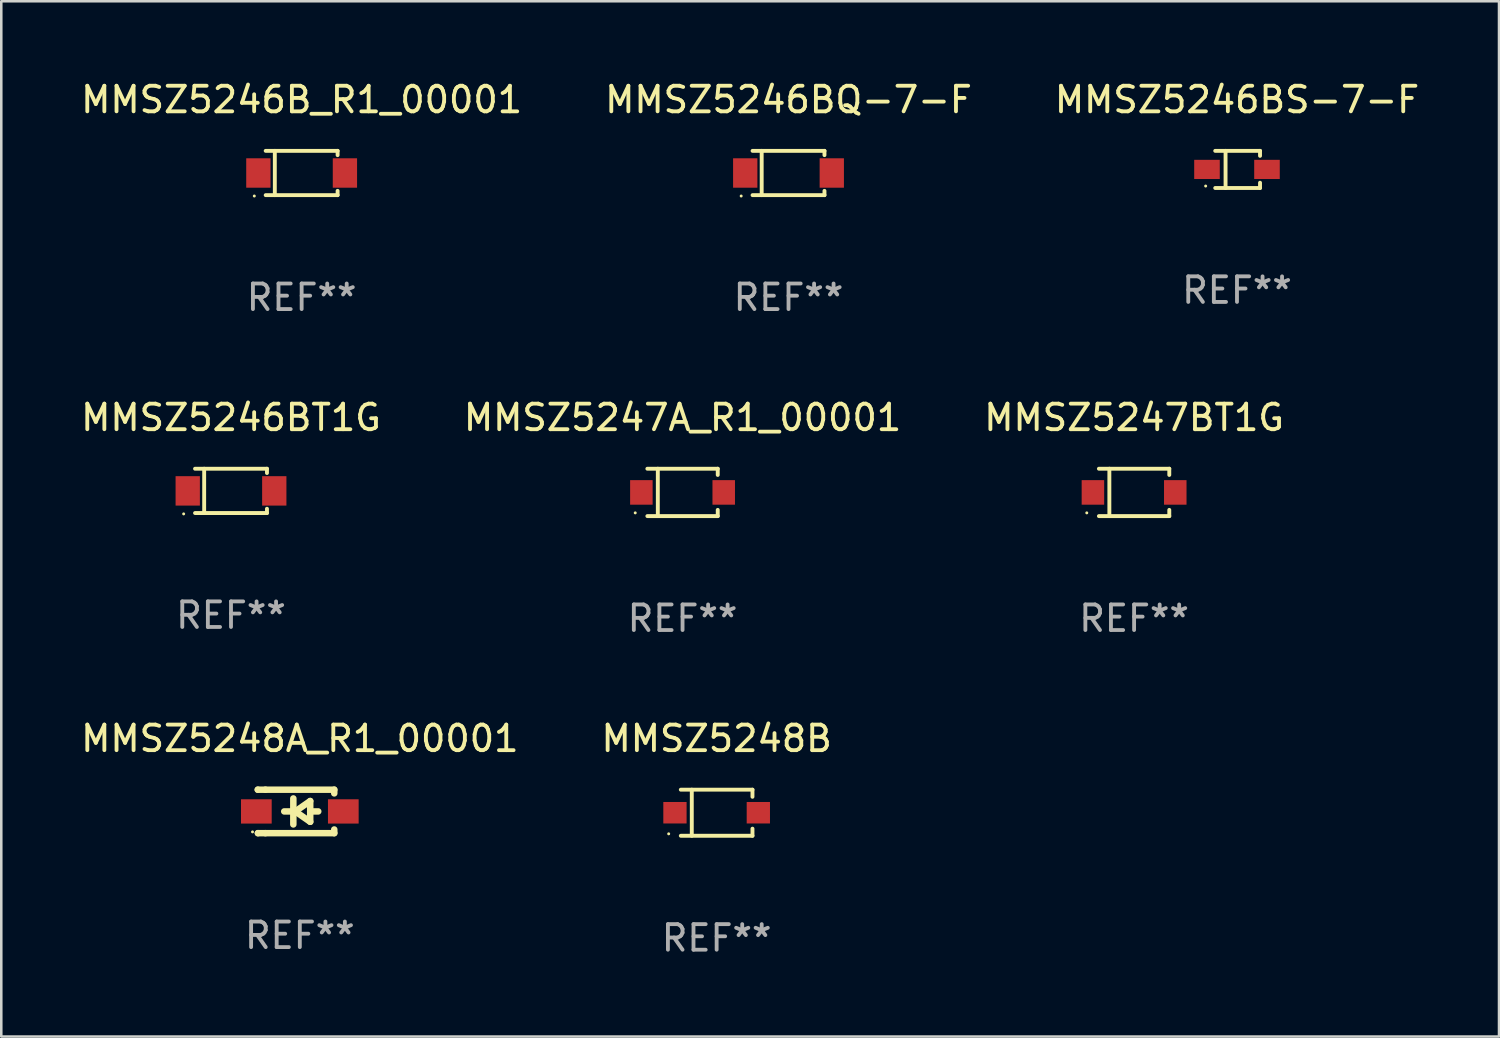
<source format=kicad_pcb>
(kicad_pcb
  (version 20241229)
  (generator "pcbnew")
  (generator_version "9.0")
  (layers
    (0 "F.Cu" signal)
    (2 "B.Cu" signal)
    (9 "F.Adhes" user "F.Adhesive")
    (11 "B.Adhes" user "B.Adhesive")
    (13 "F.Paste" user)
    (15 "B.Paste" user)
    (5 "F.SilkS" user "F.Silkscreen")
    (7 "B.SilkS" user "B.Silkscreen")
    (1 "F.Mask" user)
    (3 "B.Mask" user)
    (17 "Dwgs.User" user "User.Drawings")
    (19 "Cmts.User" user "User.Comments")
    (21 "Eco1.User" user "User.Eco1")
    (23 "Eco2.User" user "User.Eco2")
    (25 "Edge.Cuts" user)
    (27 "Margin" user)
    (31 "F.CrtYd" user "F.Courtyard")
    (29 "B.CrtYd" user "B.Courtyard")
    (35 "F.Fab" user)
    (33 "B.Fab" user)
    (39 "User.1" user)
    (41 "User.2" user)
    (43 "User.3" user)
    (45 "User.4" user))
  (footprint "MMSZ5246BQ-7-F"
    (layer "F.Cu")
    (at 27.78 3.714)
    (property "Reference" "MMSZ5246BQ-7-F" (at 0 -2.866 0) (layer "F.SilkS") (effects (font (size 1 1) (thickness 0.15))))
    (attr through_hole)
    (fp_line (start -1.406 -0.866) (end 1.406 -0.866) (stroke (width 0.152) (type solid)) (layer "F.SilkS"))
    (fp_line (start -1.406 0.866) (end 1.406 0.866) (stroke (width 0.152) (type solid)) (layer "F.SilkS"))
    (fp_line (start -1.049 -0.866) (end -1.049 0.866) (stroke (width 0.152) (type solid)) (layer "F.SilkS"))
    (fp_line (start 1.406 -0.866) (end 1.406 -0.698) (stroke (width 0.152) (type solid)) (layer "F.SilkS"))
    (fp_line (start 1.406 0.866) (end 1.406 0.698) (stroke (width 0.152) (type solid)) (layer "F.SilkS"))
    (fp_circle (center -1.851 0.9) (end -1.821 0.9) (stroke (width 0.06) (type solid)) (fill no) (layer "F.SilkS"))
    (fp_text user "REF**" (at 0 4.866 0) (layer "F.Fab") (effects (font (size 1 1) (thickness 0.15))))
    (pad "1" smd rect (at -1.692 0) (size 0.95 1.15) (layers "F.Cu" "F.Mask" "F.Paste"))
    (pad "2" smd rect (at 1.692 0) (size 0.95 1.15) (layers "F.Cu" "F.Mask" "F.Paste")))
  (footprint "MMSZ5246B_R1_00001"
    (layer "F.Cu")
    (at 8.744 3.714)
    (property "Reference" "MMSZ5246B_R1_00001" (at 0 -2.866 0) (layer "F.SilkS") (effects (font (size 1 1) (thickness 0.15))))
    (attr through_hole)
    (fp_line (start -1.406 -0.866) (end 1.406 -0.866) (stroke (width 0.152) (type solid)) (layer "F.SilkS"))
    (fp_line (start -1.406 0.866) (end 1.406 0.866) (stroke (width 0.152) (type solid)) (layer "F.SilkS"))
    (fp_line (start -1.049 -0.866) (end -1.049 0.866) (stroke (width 0.152) (type solid)) (layer "F.SilkS"))
    (fp_line (start 1.406 -0.866) (end 1.406 -0.698) (stroke (width 0.152) (type solid)) (layer "F.SilkS"))
    (fp_line (start 1.406 0.866) (end 1.406 0.698) (stroke (width 0.152) (type solid)) (layer "F.SilkS"))
    (fp_circle (center -1.851 0.9) (end -1.821 0.9) (stroke (width 0.06) (type solid)) (fill no) (layer "F.SilkS"))
    (fp_text user "REF**" (at 0 4.866 0) (layer "F.Fab") (effects (font (size 1 1) (thickness 0.15))))
    (pad "1" smd rect (at -1.692 0) (size 0.95 1.15) (layers "F.Cu" "F.Mask" "F.Paste"))
    (pad "2" smd rect (at 1.692 0) (size 0.95 1.15) (layers "F.Cu" "F.Mask" "F.Paste")))
  (footprint "MMSZ5247A_R1_00001"
    (layer "F.Cu")
    (at 23.637 16.203)
    (property "Reference" "MMSZ5247A_R1_00001" (at 0 -2.926 0) (layer "F.SilkS") (effects (font (size 1 1) (thickness 0.15))))
    (attr through_hole)
    (fp_line (start -1.376 -0.926) (end 1.376 -0.926) (stroke (width 0.152) (type solid)) (layer "F.SilkS"))
    (fp_line (start -1.376 0.926) (end 1.376 0.926) (stroke (width 0.152) (type solid)) (layer "F.SilkS"))
    (fp_line (start -0.967 -0.926) (end -0.967 0.926) (stroke (width 0.152) (type solid)) (layer "F.SilkS"))
    (fp_line (start 1.376 -0.926) (end 1.376 -0.683) (stroke (width 0.152) (type solid)) (layer "F.SilkS"))
    (fp_line (start 1.376 0.926) (end 1.376 0.683) (stroke (width 0.152) (type solid)) (layer "F.SilkS"))
    (fp_circle (center -1.85 0.8) (end -1.82 0.8) (stroke (width 0.06) (type solid)) (fill no) (layer "F.SilkS"))
    (fp_text user "REF**" (at 0 4.926 0) (layer "F.Fab") (effects (font (size 1 1) (thickness 0.15))))
    (pad "1" smd rect (at -1.61 -0.000076) (size 0.88 0.96) (layers "F.Cu" "F.Mask" "F.Paste"))
    (pad "2" smd rect (at 1.61 -0.000076) (size 0.88 0.96) (layers "F.Cu" "F.Mask" "F.Paste")))
  (footprint "MMSZ5247BT1G"
    (layer "F.Cu")
    (at 41.292 16.203)
    (property "Reference" "MMSZ5247BT1G" (at 0 -2.926 0) (layer "F.SilkS") (effects (font (size 1 1) (thickness 0.15))))
    (attr through_hole)
    (fp_line (start -1.376 -0.926) (end 1.376 -0.926) (stroke (width 0.152) (type solid)) (layer "F.SilkS"))
    (fp_line (start -1.376 0.926) (end 1.376 0.926) (stroke (width 0.152) (type solid)) (layer "F.SilkS"))
    (fp_line (start -0.967 -0.926) (end -0.967 0.926) (stroke (width 0.152) (type solid)) (layer "F.SilkS"))
    (fp_line (start 1.376 -0.926) (end 1.376 -0.683) (stroke (width 0.152) (type solid)) (layer "F.SilkS"))
    (fp_line (start 1.376 0.926) (end 1.376 0.683) (stroke (width 0.152) (type solid)) (layer "F.SilkS"))
    (fp_circle (center -1.85 0.8) (end -1.82 0.8) (stroke (width 0.06) (type solid)) (fill no) (layer "F.SilkS"))
    (fp_text user "REF**" (at 0 4.926 0) (layer "F.Fab") (effects (font (size 1 1) (thickness 0.15))))
    (pad "1" smd rect (at -1.61 0) (size 0.88 0.96) (layers "F.Cu" "F.Mask" "F.Paste"))
    (pad "2" smd rect (at 1.61 0) (size 0.88 0.96) (layers "F.Cu" "F.Mask" "F.Paste")))
  (footprint "MMSZ5248B"
    (layer "F.Cu")
    (at 24.97 28.727)
    (property "Reference" "MMSZ5248B" (at 0 -2.901 0) (layer "F.SilkS") (effects (font (size 1 1) (thickness 0.15))))
    (attr through_hole)
    (fp_line (start -1.401 -0.901) (end 1.401 -0.901) (stroke (width 0.152) (type solid)) (layer "F.SilkS"))
    (fp_line (start -1.401 0.901) (end 1.401 0.901) (stroke (width 0.152) (type solid)) (layer "F.SilkS"))
    (fp_line (start -0.972 -0.901) (end -0.972 0.901) (stroke (width 0.152) (type solid)) (layer "F.SilkS"))
    (fp_line (start 1.401 -0.901) (end 1.401 -0.623) (stroke (width 0.152) (type solid)) (layer "F.SilkS"))
    (fp_line (start 1.401 0.901) (end 1.401 0.623) (stroke (width 0.152) (type solid)) (layer "F.SilkS"))
    (fp_circle (center -1.875 0.825) (end -1.845 0.825) (stroke (width 0.06) (type solid)) (fill no) (layer "F.SilkS"))
    (fp_text user "REF**" (at 0 4.901 0) (layer "F.Fab") (effects (font (size 1 1) (thickness 0.15))))
    (pad "1" smd rect (at -1.63 0 180) (size 0.91 0.84) (layers "F.Cu" "F.Mask" "F.Paste"))
    (pad "2" smd rect (at 1.63 0 180) (size 0.91 0.84) (layers "F.Cu" "F.Mask" "F.Paste")))
  (footprint "MMSZ5246BS-7-F"
    (layer "F.Cu")
    (at 45.315 3.574)
    (property "Reference" "MMSZ5246BS-7-F" (at 0 -2.726 0) (layer "F.SilkS") (effects (font (size 1 1) (thickness 0.15))))
    (attr through_hole)
    (fp_line (start -0.851 -0.726) (end 0.901 -0.726) (stroke (width 0.152) (type solid)) (layer "F.SilkS"))
    (fp_line (start -0.851 0.726) (end 0.901 0.726) (stroke (width 0.152) (type solid)) (layer "F.SilkS"))
    (fp_line (start -0.447 -0.726) (end -0.447 0.726) (stroke (width 0.152) (type solid)) (layer "F.SilkS"))
    (fp_line (start 0.901 -0.726) (end 0.901 -0.53) (stroke (width 0.152) (type solid)) (layer "F.SilkS"))
    (fp_line (start 0.901 0.726) (end 0.901 0.52) (stroke (width 0.152) (type solid)) (layer "F.SilkS"))
    (fp_circle (center -1.225 0.65) (end -1.195 0.65) (stroke (width 0.06) (type solid)) (fill no) (layer "F.SilkS"))
    (fp_text user "REF**" (at 0 4.726 0) (layer "F.Fab") (effects (font (size 1 1) (thickness 0.15))))
    (pad "1" smd rect (at -1.173 0) (size 1 0.75) (layers "F.Cu" "F.Mask" "F.Paste"))
    (pad "2" smd rect (at 1.173 0) (size 1 0.75) (layers "F.Cu" "F.Mask" "F.Paste")))
  (footprint "MMSZ5246BT1G"
    (layer "F.Cu")
    (at 5.982 16.143)
    (property "Reference" "MMSZ5246BT1G" (at 0 -2.866 0) (layer "F.SilkS") (effects (font (size 1 1) (thickness 0.15))))
    (attr through_hole)
    (fp_line (start -1.406 -0.866) (end 1.406 -0.866) (stroke (width 0.152) (type solid)) (layer "F.SilkS"))
    (fp_line (start -1.406 0.866) (end 1.406 0.866) (stroke (width 0.152) (type solid)) (layer "F.SilkS"))
    (fp_line (start -1.049 -0.866) (end -1.049 0.866) (stroke (width 0.152) (type solid)) (layer "F.SilkS"))
    (fp_line (start 1.406 -0.866) (end 1.406 -0.698) (stroke (width 0.152) (type solid)) (layer "F.SilkS"))
    (fp_line (start 1.406 0.866) (end 1.406 0.698) (stroke (width 0.152) (type solid)) (layer "F.SilkS"))
    (fp_circle (center -1.851 0.9) (end -1.821 0.9) (stroke (width 0.06) (type solid)) (fill no) (layer "F.SilkS"))
    (fp_text user "REF**" (at 0 4.866 0) (layer "F.Fab") (effects (font (size 1 1) (thickness 0.15))))
    (pad "1" smd rect (at -1.692 0) (size 0.95 1.15) (layers "F.Cu" "F.Mask" "F.Paste"))
    (pad "2" smd rect (at 1.692 0) (size 0.95 1.15) (layers "F.Cu" "F.Mask" "F.Paste")))
  (footprint "MMSZ5248A_R1_00001"
    (layer "F.Cu")
    (at 8.673 28.676)
    (property "Reference" "MMSZ5248A_R1_00001" (at 0 -2.85 0) (layer "F.SilkS") (effects (font (size 1 1) (thickness 0.15))))
    (attr through_hole)
    (fp_line (start -1.643 -0.85) (end -1.644 -0.849) (stroke (width 0.254) (type solid)) (layer "F.SilkS"))
    (fp_line (start -1.638 0.85) (end -1.639 0.849) (stroke (width 0.254) (type solid)) (layer "F.SilkS"))
    (fp_line (start -1.346 -0.85) (end -1.643 -0.85) (stroke (width 0.254) (type solid)) (layer "F.SilkS"))
    (fp_line (start -1.346 -0.85) (end 1.346 -0.85) (stroke (width 0.254) (type solid)) (layer "F.SilkS"))
    (fp_line (start -1.346 0.85) (end -1.638 0.85) (stroke (width 0.254) (type solid)) (layer "F.SilkS"))
    (fp_line (start -0.28 0) (end -0.61 0) (stroke (width 0.254) (type solid)) (layer "F.SilkS"))
    (fp_line (start -0.254 -0.508) (end -0.254 0.508) (stroke (width 0.254) (type solid)) (layer "F.SilkS"))
    (fp_line (start -0.178 0) (end 0.406 -0.406) (stroke (width 0.254) (type solid)) (layer "F.SilkS"))
    (fp_line (start 0.406 -0.406) (end 0.406 0.406) (stroke (width 0.254) (type solid)) (layer "F.SilkS"))
    (fp_line (start 0.406 -0.000254) (end 0.72 -0.000254) (stroke (width 0.254) (type solid)) (layer "F.SilkS"))
    (fp_line (start 0.406 0.406) (end -0.178 0) (stroke (width 0.254) (type solid)) (layer "F.SilkS"))
    (fp_line (start 1.346 -0.85) (end 1.346 -0.706) (stroke (width 0.254) (type solid)) (layer "F.SilkS"))
    (fp_line (start 1.346 0.706) (end 1.346 0.85) (stroke (width 0.254) (type solid)) (layer "F.SilkS"))
    (fp_line (start 1.346 0.85) (end -1.346 0.85) (stroke (width 0.254) (type solid)) (layer "F.SilkS"))
    (fp_circle (center -1.85 0.8) (end -1.82 0.8) (stroke (width 0.06) (type solid)) (fill no) (layer "F.SilkS"))
    (fp_text user "REF**" (at 0 4.85 0) (layer "F.Fab") (effects (font (size 1 1) (thickness 0.15))))
    (pad "1" smd rect (at -1.7 0) (size 1.2 0.95) (layers "F.Cu" "F.Mask" "F.Paste"))
    (pad "2" smd rect (at 1.7 0) (size 1.2 0.95) (layers "F.Cu" "F.Mask" "F.Paste")))
  (gr_rect
    (start -3 -3)
    (end 55.56 37.477)
    (stroke (width 0.1) (type default))
    (fill no)
    (layer "Edge.Cuts")))
</source>
